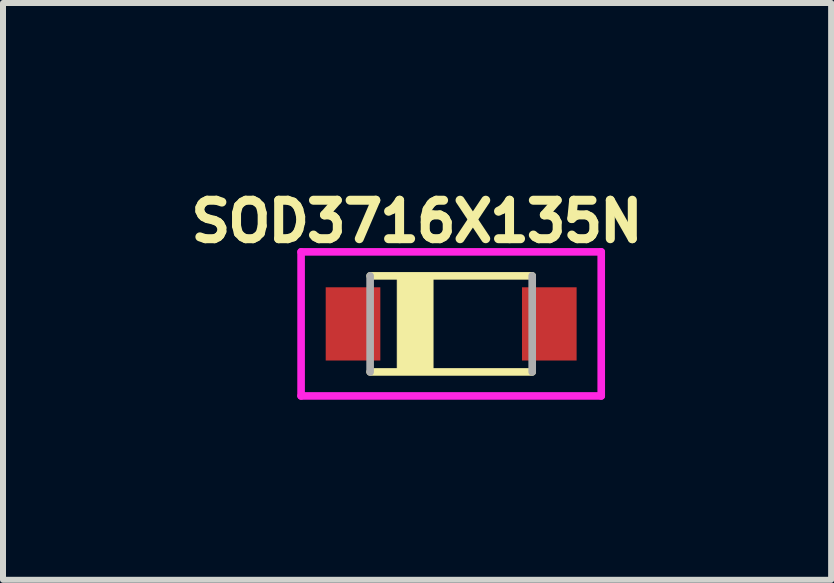
<source format=kicad_pcb>
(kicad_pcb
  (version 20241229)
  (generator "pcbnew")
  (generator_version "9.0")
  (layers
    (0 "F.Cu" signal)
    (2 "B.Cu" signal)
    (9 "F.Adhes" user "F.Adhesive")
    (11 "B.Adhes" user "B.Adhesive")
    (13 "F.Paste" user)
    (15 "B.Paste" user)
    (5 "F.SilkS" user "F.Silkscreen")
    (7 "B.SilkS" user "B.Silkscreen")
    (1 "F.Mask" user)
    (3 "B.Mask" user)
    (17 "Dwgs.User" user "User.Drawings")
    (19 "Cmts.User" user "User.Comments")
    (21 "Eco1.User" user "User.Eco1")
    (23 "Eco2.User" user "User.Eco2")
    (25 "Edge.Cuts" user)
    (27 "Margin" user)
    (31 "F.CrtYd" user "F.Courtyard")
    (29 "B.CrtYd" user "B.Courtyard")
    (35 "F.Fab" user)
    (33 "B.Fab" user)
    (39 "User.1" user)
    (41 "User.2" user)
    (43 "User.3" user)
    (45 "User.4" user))
  (footprint "SOD3716X135N"
    (layer "F.Cu")
    (at 4.466 2.346)
    (property "Reference" "SOD3716X135N" (at -0.569 -1.708 0) (layer "F.SilkS") (effects (font (size 0.641 0.641) (thickness 0.15))))
    (attr smd)
    (fp_line (start -1.35 -0.8) (end 1.35 -0.8) (stroke (width 0.127) (type solid)) (layer "F.SilkS"))
    (fp_line (start 1.35 0.8) (end -1.35 0.8) (stroke (width 0.127) (type solid)) (layer "F.SilkS"))
    (fp_poly (pts (xy -0.901 -0.8) (xy -0.3 -0.8) (xy -0.3 0.801) (xy -0.901 0.801)) (stroke (width 0.01) (type solid)) (fill yes) (layer "F.SilkS"))
    (fp_line (start -2.5 -1.2) (end -2.5 1.2) (stroke (width 0.127) (type solid)) (layer "F.CrtYd"))
    (fp_line (start -2.5 1.2) (end 2.5 1.2) (stroke (width 0.127) (type solid)) (layer "F.CrtYd"))
    (fp_line (start 2.5 -1.2) (end -2.5 -1.2) (stroke (width 0.127) (type solid)) (layer "F.CrtYd"))
    (fp_line (start 2.5 1.2) (end 2.5 -1.2) (stroke (width 0.127) (type solid)) (layer "F.CrtYd"))
    (fp_line (start -1.35 0.8) (end -1.35 -0.8) (stroke (width 0.127) (type solid)) (layer "F.Fab"))
    (fp_line (start 1.35 -0.8) (end 1.35 0.8) (stroke (width 0.127) (type solid)) (layer "F.Fab"))
    (pad "A" smd rect (at 1.635 0) (size 0.91 1.22) (layers "F.Cu" "F.Mask" "F.Paste"))
    (pad "C" smd rect (at -1.635 0) (size 0.91 1.22) (layers "F.Cu" "F.Mask" "F.Paste")))
  (gr_rect
    (start -3 -3)
    (end 10.796 6.609)
    (stroke (width 0.1) (type default))
    (fill no)
    (layer "Edge.Cuts")))
</source>
